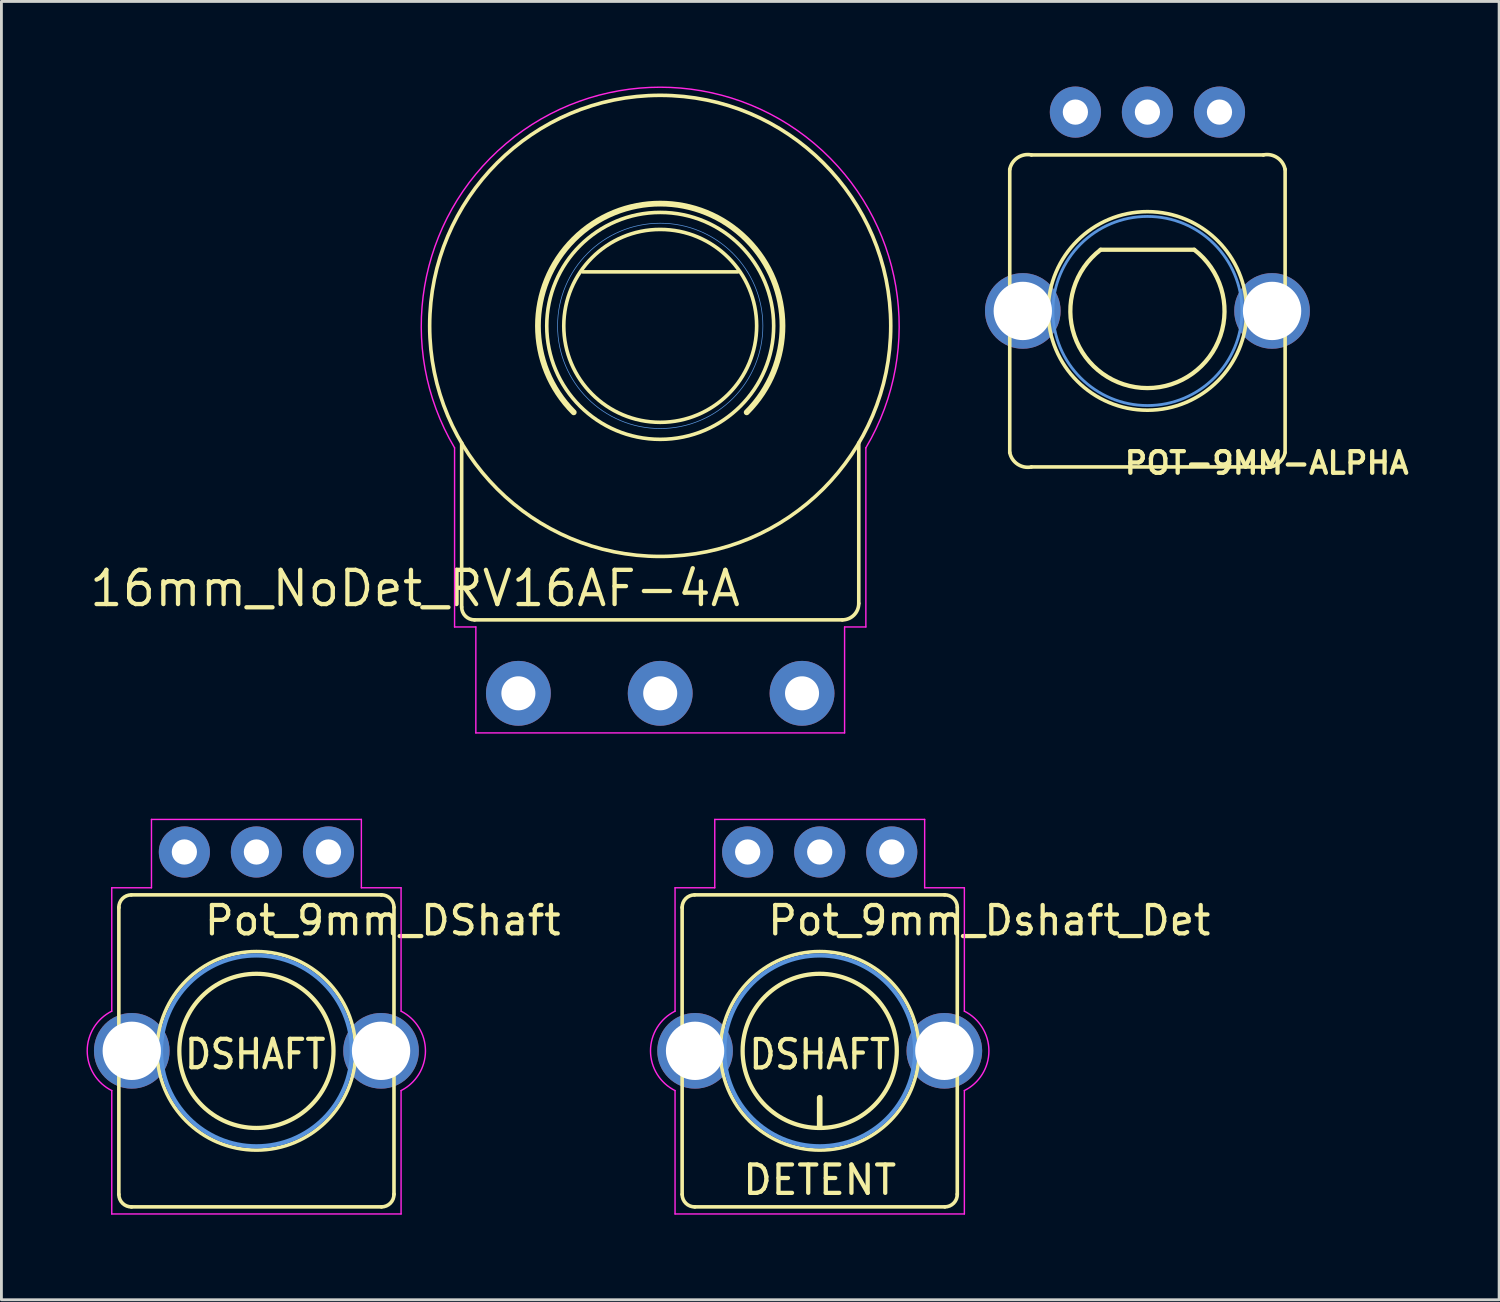
<source format=kicad_pcb>
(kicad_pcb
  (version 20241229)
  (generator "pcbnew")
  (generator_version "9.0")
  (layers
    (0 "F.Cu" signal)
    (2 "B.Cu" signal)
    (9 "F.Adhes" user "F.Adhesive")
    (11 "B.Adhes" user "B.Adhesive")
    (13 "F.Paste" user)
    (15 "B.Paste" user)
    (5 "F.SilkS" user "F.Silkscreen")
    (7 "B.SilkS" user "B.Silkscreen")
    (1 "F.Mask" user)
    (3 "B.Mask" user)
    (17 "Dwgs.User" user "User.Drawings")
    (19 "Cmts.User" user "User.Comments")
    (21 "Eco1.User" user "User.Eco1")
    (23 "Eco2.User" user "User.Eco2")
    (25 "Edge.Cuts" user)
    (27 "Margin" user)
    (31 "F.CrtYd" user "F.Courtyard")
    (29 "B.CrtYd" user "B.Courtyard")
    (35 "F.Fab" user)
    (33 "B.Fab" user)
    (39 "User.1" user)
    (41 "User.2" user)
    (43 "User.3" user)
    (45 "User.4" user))
  (footprint "Pot_9mm_Dshaft_Det"
    (layer "F.Cu")
    (at 25.849 33.999)
    (property "Reference" "Pot_9mm_Dshaft_Det" (at -1.905 -4.013 0) (layer "F.SilkS") (effects (font (size 1 1) (thickness 0.15)) (justify left bottom)))
    (attr through_hole)
    (fp_line (start -4.85 -5.06) (end -4.85 5.06) (stroke (width 0.127) (type solid)) (layer "F.SilkS"))
    (fp_line (start -4.41 5.5) (end 4.41 5.5) (stroke (width 0.127) (type solid)) (layer "F.SilkS"))
    (fp_line (start 0 2.667) (end 0 1.651) (stroke (width 0.2) (type solid)) (layer "F.SilkS"))
    (fp_line (start 4.41 -5.5) (end -4.41 -5.5) (stroke (width 0.127) (type solid)) (layer "F.SilkS"))
    (fp_line (start 4.85 5.06) (end 4.85 -5.06) (stroke (width 0.127) (type solid)) (layer "F.SilkS"))
    (fp_arc (start -4.849887 -5.050018) (mid -4.724637 -5.367578) (end -4.41 -5.5) (stroke (width 0.127) (type solid)) (layer "F.SilkS"))
    (fp_arc (start -4.400018 5.499887) (mid -4.717578 5.374637) (end -4.85 5.06) (stroke (width 0.127) (type solid)) (layer "F.SilkS"))
    (fp_arc (start 1.651 -2.159) (mid -1.651 2.159) (end 1.651 -2.159) (stroke (width 0.15) (type solid)) (layer "F.SilkS"))
    (fp_arc (start 4.400018 -5.499887) (mid 4.717578 -5.374637) (end 4.85 -5.06) (stroke (width 0.127) (type solid)) (layer "F.SilkS"))
    (fp_arc (start 4.849887 5.050018) (mid 4.724637 5.367578) (end 4.41 5.5) (stroke (width 0.127) (type solid)) (layer "F.SilkS"))
    (fp_circle (center -0.000163 -0.002) (end -3.5 -0.002) (stroke (width 0.127) (type solid)) (fill no) (layer "F.SilkS"))
    (fp_circle (center 0 0) (end -3.365 0) (stroke (width 0.15) (type solid)) (fill no) (layer "Cmts.User"))
    (fp_line (start -5.1 -5.75) (end -3.7 -5.75) (stroke (width 0.05) (type solid)) (layer "F.CrtYd"))
    (fp_line (start -5.1 -1.4) (end -5.1 -5.75) (stroke (width 0.05) (type solid)) (layer "F.CrtYd"))
    (fp_line (start -5.1 5.75) (end -5.1 1.4) (stroke (width 0.05) (type solid)) (layer "F.CrtYd"))
    (fp_line (start -3.7 -8.16) (end 3.7 -8.16) (stroke (width 0.05) (type solid)) (layer "F.CrtYd"))
    (fp_line (start -3.7 -5.75) (end -3.7 -8.16) (stroke (width 0.05) (type solid)) (layer "F.CrtYd"))
    (fp_line (start 3.7 -8.16) (end 3.7 -5.75) (stroke (width 0.05) (type solid)) (layer "F.CrtYd"))
    (fp_line (start 3.7 -5.75) (end 5.1 -5.75) (stroke (width 0.05) (type solid)) (layer "F.CrtYd"))
    (fp_line (start 5.1 -5.75) (end 5.1 -1.4) (stroke (width 0.05) (type solid)) (layer "F.CrtYd"))
    (fp_line (start 5.1 1.4) (end 5.1 5.75) (stroke (width 0.05) (type solid)) (layer "F.CrtYd"))
    (fp_line (start 5.1 5.75) (end -5.1 5.75) (stroke (width 0.05) (type solid)) (layer "F.CrtYd"))
    (fp_arc (start -5.099264 1.400368) (mid -5.965248 0.000411) (end -5.1 -1.4) (stroke (width 0.05) (type solid)) (layer "F.CrtYd"))
    (fp_arc (start 5.099264 -1.400368) (mid 5.965248 -0.000411) (end 5.1 1.4) (stroke (width 0.05) (type solid)) (layer "F.CrtYd"))
    (fp_text user "DSHAFT" (at 0 0.127 0) (layer "F.SilkS") (effects (font (size 1 0.9) (thickness 0.15))))
    (fp_text user "DETENT" (at 0 4.55 0) (layer "F.SilkS") (effects (font (size 1 1) (thickness 0.15))))
    (pad "1" thru_hole circle (at 2.54 -7.012 270) (size 1.803 1.803) (drill 0.889) (layers "*.Cu" "*.Mask"))
    (pad "2" thru_hole circle (at -0.000163 -7.012 270) (size 1.803 1.803) (drill 0.889) (layers "*.Cu" "*.Mask"))
    (pad "3" thru_hole circle (at -2.54 -7.012 270) (size 1.803 1.803) (drill 0.889) (layers "*.Cu" "*.Mask"))
    (pad "4" thru_hole circle (at 4.394 -0.002) (size 2.667 2.667) (drill 2.057) (layers "*.Cu" "*.Mask"))
    (pad "5" thru_hole circle (at -4.394 -0.002) (size 2.667 2.667) (drill 2.057) (layers "*.Cu" "*.Mask")))
  (footprint "POT-9MM-ALPHA"
    (layer "F.Cu")
    (at 37.403 7.914)
    (property "Reference" "POT-9MM-ALPHA" (at -0.884 5.804 0) (layer "F.SilkS") (effects (font (size 0.762 0.762) (thickness 0.152)) (justify left bottom)))
    (attr through_hole)
    (fp_line (start -4.854 -4.992) (end -4.854 4.988) (stroke (width 0.127) (type solid)) (layer "F.SilkS"))
    (fp_line (start -4.09 5.498) (end 4.09 5.498) (stroke (width 0.127) (type solid)) (layer "F.SilkS"))
    (fp_line (start 1.651 -2.159) (end -1.651 -2.159) (stroke (width 0.15) (type solid)) (layer "F.SilkS"))
    (fp_line (start 4.09 -5.502) (end -4.09 -5.502) (stroke (width 0.127) (type solid)) (layer "F.SilkS"))
    (fp_line (start 4.854 4.988) (end 4.854 -4.992) (stroke (width 0.127) (type solid)) (layer "F.SilkS"))
    (fp_arc (start -4.854163 -4.991943) (mid -4.577817 -5.405102) (end -4.090263 -5.501843) (stroke (width 0.127) (type solid)) (layer "F.SilkS"))
    (fp_arc (start -4.090263 5.498157) (mid -4.577817 5.401416) (end -4.854163 4.988257) (stroke (width 0.127) (type solid)) (layer "F.SilkS"))
    (fp_arc (start 1.651 -2.159) (mid 0 2.717919) (end -1.651 -2.159) (stroke (width 0.15) (type solid)) (layer "F.SilkS"))
    (fp_arc (start 4.089937 -5.501843) (mid 4.577491 -5.405102) (end 4.853837 -4.991943) (stroke (width 0.127) (type solid)) (layer "F.SilkS"))
    (fp_arc (start 4.853837 4.988257) (mid 4.577491 5.401416) (end 4.089937 5.498157) (stroke (width 0.127) (type solid)) (layer "F.SilkS"))
    (fp_circle (center -0.000163 -0.002) (end -3.5 -0.002) (stroke (width 0.127) (type solid)) (fill no) (layer "F.SilkS"))
    (fp_circle (center 0 0) (end 2.54 2.159) (stroke (width 0.1) (type solid)) (fill no) (layer "Cmts.User"))
    (pad "1" thru_hole circle (at 2.54 -7.012 270) (size 1.803 1.803) (drill 0.889) (layers "*.Cu" "*.Mask"))
    (pad "2" thru_hole circle (at -0.000163 -7.012 270) (size 1.803 1.803) (drill 0.889) (layers "*.Cu" "*.Mask"))
    (pad "3" thru_hole circle (at -2.54 -7.012 270) (size 1.803 1.803) (drill 0.889) (layers "*.Cu" "*.Mask"))
    (pad "4" thru_hole circle (at 4.394 -0.002) (size 2.667 2.667) (drill 2.057) (layers "*.Cu" "*.Mask"))
    (pad "5" thru_hole circle (at -4.394 -0.002) (size 2.667 2.667) (drill 2.057) (layers "*.Cu" "*.Mask")))
  (footprint "Pot_9mm_DShaft"
    (layer "F.Cu")
    (at 5.99 33.999)
    (property "Reference" "Pot_9mm_DShaft" (at -1.905 -4.013 0) (layer "F.SilkS") (effects (font (size 1 1) (thickness 0.15)) (justify left bottom)))
    (attr through_hole)
    (fp_line (start -4.85 -5.06) (end -4.85 5.06) (stroke (width 0.127) (type solid)) (layer "F.SilkS"))
    (fp_line (start -4.41 5.5) (end 4.41 5.5) (stroke (width 0.127) (type solid)) (layer "F.SilkS"))
    (fp_line (start 4.41 -5.5) (end -4.41 -5.5) (stroke (width 0.127) (type solid)) (layer "F.SilkS"))
    (fp_line (start 4.85 5.06) (end 4.85 -5.06) (stroke (width 0.127) (type solid)) (layer "F.SilkS"))
    (fp_arc (start -4.849887 -5.050018) (mid -4.724637 -5.367578) (end -4.41 -5.5) (stroke (width 0.127) (type solid)) (layer "F.SilkS"))
    (fp_arc (start -4.400018 5.499887) (mid -4.717578 5.374637) (end -4.85 5.06) (stroke (width 0.127) (type solid)) (layer "F.SilkS"))
    (fp_arc (start 1.651 -2.159) (mid -1.651 2.159) (end 1.651 -2.159) (stroke (width 0.15) (type solid)) (layer "F.SilkS"))
    (fp_arc (start 4.400018 -5.499887) (mid 4.717578 -5.374637) (end 4.85 -5.06) (stroke (width 0.127) (type solid)) (layer "F.SilkS"))
    (fp_arc (start 4.849887 5.050018) (mid 4.724637 5.367578) (end 4.41 5.5) (stroke (width 0.127) (type solid)) (layer "F.SilkS"))
    (fp_circle (center -0.000163 -0.002) (end -3.5 -0.002) (stroke (width 0.127) (type solid)) (fill no) (layer "F.SilkS"))
    (fp_circle (center 0 0) (end -3.365 0) (stroke (width 0.15) (type solid)) (fill no) (layer "Cmts.User"))
    (fp_line (start -5.1 -5.75) (end -5.1 -1.4) (stroke (width 0.05) (type solid)) (layer "F.CrtYd"))
    (fp_line (start -5.1 1.4) (end -5.1 5.75) (stroke (width 0.05) (type solid)) (layer "F.CrtYd"))
    (fp_line (start -5.1 5.75) (end 5.1 5.75) (stroke (width 0.05) (type solid)) (layer "F.CrtYd"))
    (fp_line (start -3.7 -8.16) (end -3.7 -5.75) (stroke (width 0.05) (type solid)) (layer "F.CrtYd"))
    (fp_line (start -3.7 -5.75) (end -5.1 -5.75) (stroke (width 0.05) (type solid)) (layer "F.CrtYd"))
    (fp_line (start 3.7 -8.16) (end -3.7 -8.16) (stroke (width 0.05) (type solid)) (layer "F.CrtYd"))
    (fp_line (start 3.7 -5.75) (end 3.7 -8.16) (stroke (width 0.05) (type solid)) (layer "F.CrtYd"))
    (fp_line (start 5.1 -5.75) (end 3.7 -5.75) (stroke (width 0.05) (type solid)) (layer "F.CrtYd"))
    (fp_line (start 5.1 -1.4) (end 5.1 -5.75) (stroke (width 0.05) (type solid)) (layer "F.CrtYd"))
    (fp_line (start 5.1 5.75) (end 5.1 1.4) (stroke (width 0.05) (type solid)) (layer "F.CrtYd"))
    (fp_arc (start -5.099264 1.400368) (mid -5.965248 0.000411) (end -5.1 -1.4) (stroke (width 0.05) (type solid)) (layer "F.CrtYd"))
    (fp_arc (start 5.104054 -1.397935) (mid 5.959742 0.002275) (end 5.099999 1.399999) (stroke (width 0.05) (type solid)) (layer "F.CrtYd"))
    (fp_text user "DSHAFT" (at -0.04 0.12 0) (layer "F.SilkS") (effects (font (size 1 0.9) (thickness 0.15))))
    (pad "1" thru_hole circle (at 2.54 -7.012 270) (size 1.803 1.803) (drill 0.889) (layers "*.Cu" "*.Mask"))
    (pad "2" thru_hole circle (at -0.000163 -7.012 270) (size 1.803 1.803) (drill 0.889) (layers "*.Cu" "*.Mask"))
    (pad "3" thru_hole circle (at -2.54 -7.012 270) (size 1.803 1.803) (drill 0.889) (layers "*.Cu" "*.Mask"))
    (pad "4" thru_hole circle (at 4.394 -0.002) (size 2.667 2.667) (drill 2.057) (layers "*.Cu" "*.Mask"))
    (pad "5" thru_hole circle (at -4.394 -0.002) (size 2.667 2.667) (drill 2.057) (layers "*.Cu" "*.Mask")))
  (footprint "16mm_NoDet_RV16AF-4A"
    (layer "F.Cu")
    (at 20.226 8.439)
    (property "Reference" "16mm_NoDet_RV16AF-4A" (at 2.913 8.551 0) (layer "F.SilkS") (effects (font (size 1.206 1.206) (thickness 0.152)) (justify right top)))
    (attr through_hole)
    (fp_line (start -7 4.127) (end -7 9.912) (stroke (width 0.127) (type solid)) (layer "F.SilkS"))
    (fp_line (start -6.547 10.365) (end 6.42 10.365) (stroke (width 0.127) (type solid)) (layer "F.SilkS"))
    (fp_line (start -2.738 -1.905) (end 2.738 -1.905) (stroke (width 0.127) (type solid)) (layer "F.SilkS"))
    (fp_line (start 7 9.785) (end 7 4.127) (stroke (width 0.127) (type solid)) (layer "F.SilkS"))
    (fp_arc (start -6.546894 10.365) (mid -6.867288 10.232288) (end -7 9.911894) (stroke (width 0.127) (type solid)) (layer "F.SilkS"))
    (fp_arc (start -3.048 3.048) (mid 0 -4.310523) (end 3.048 3.048) (stroke (width 0.2032) (type solid)) (layer "F.SilkS"))
    (fp_arc (start 7 9.784894) (mid 6.830091 10.195091) (end 6.419894 10.365) (stroke (width 0.127) (type solid)) (layer "F.SilkS"))
    (fp_circle (center 0 0) (end 3.4 0) (stroke (width 0.127) (type solid)) (fill no) (layer "F.SilkS"))
    (fp_circle (center 0 0) (end 4 0) (stroke (width 0.127) (type solid)) (fill no) (layer "F.SilkS"))
    (fp_circle (center 0 0) (end 8.128 0) (stroke (width 0.127) (type solid)) (fill no) (layer "F.SilkS"))
    (fp_circle (center 0 0) (end 3.619 0) (stroke (width 0.025) (type solid)) (fill no) (layer "Cmts.User"))
    (fp_line (start -7.25 4.3) (end -7.25 10.615) (stroke (width 0.05) (type solid)) (layer "F.CrtYd"))
    (fp_line (start -7.25 10.615) (end -6.5 10.615) (stroke (width 0.05) (type solid)) (layer "F.CrtYd"))
    (fp_line (start -6.5 10.615) (end -6.5 14.35) (stroke (width 0.05) (type solid)) (layer "F.CrtYd"))
    (fp_line (start 6.5 10.615) (end 7.25 10.615) (stroke (width 0.05) (type solid)) (layer "F.CrtYd"))
    (fp_line (start 6.5 14.35) (end -6.5 14.35) (stroke (width 0.05) (type solid)) (layer "F.CrtYd"))
    (fp_line (start 6.5 14.35) (end 6.5 10.615) (stroke (width 0.05) (type solid)) (layer "F.CrtYd"))
    (fp_line (start 7.25 4.3) (end 7.25 10.615) (stroke (width 0.05) (type solid)) (layer "F.CrtYd"))
    (fp_arc (start -7.249999 4.3) (mid 0 -8.414167) (end 7.249999 4.299999) (stroke (width 0.05) (type solid)) (layer "F.CrtYd"))
    (pad "1" thru_hole circle (at -5 12.954 90) (size 2.286 2.286) (drill 1.2) (layers "*.Cu" "*.Mask"))
    (pad "2" thru_hole circle (at 0 12.954 90) (size 2.286 2.286) (drill 1.2) (layers "*.Cu" "*.Mask"))
    (pad "3" thru_hole circle (at 5 12.954 90) (size 2.286 2.286) (drill 1.2) (layers "*.Cu" "*.Mask")))
  (gr_rect
    (start -3 -3)
    (end 49.802 42.774)
    (stroke (width 0.1) (type default))
    (fill no)
    (layer "Edge.Cuts")))
</source>
